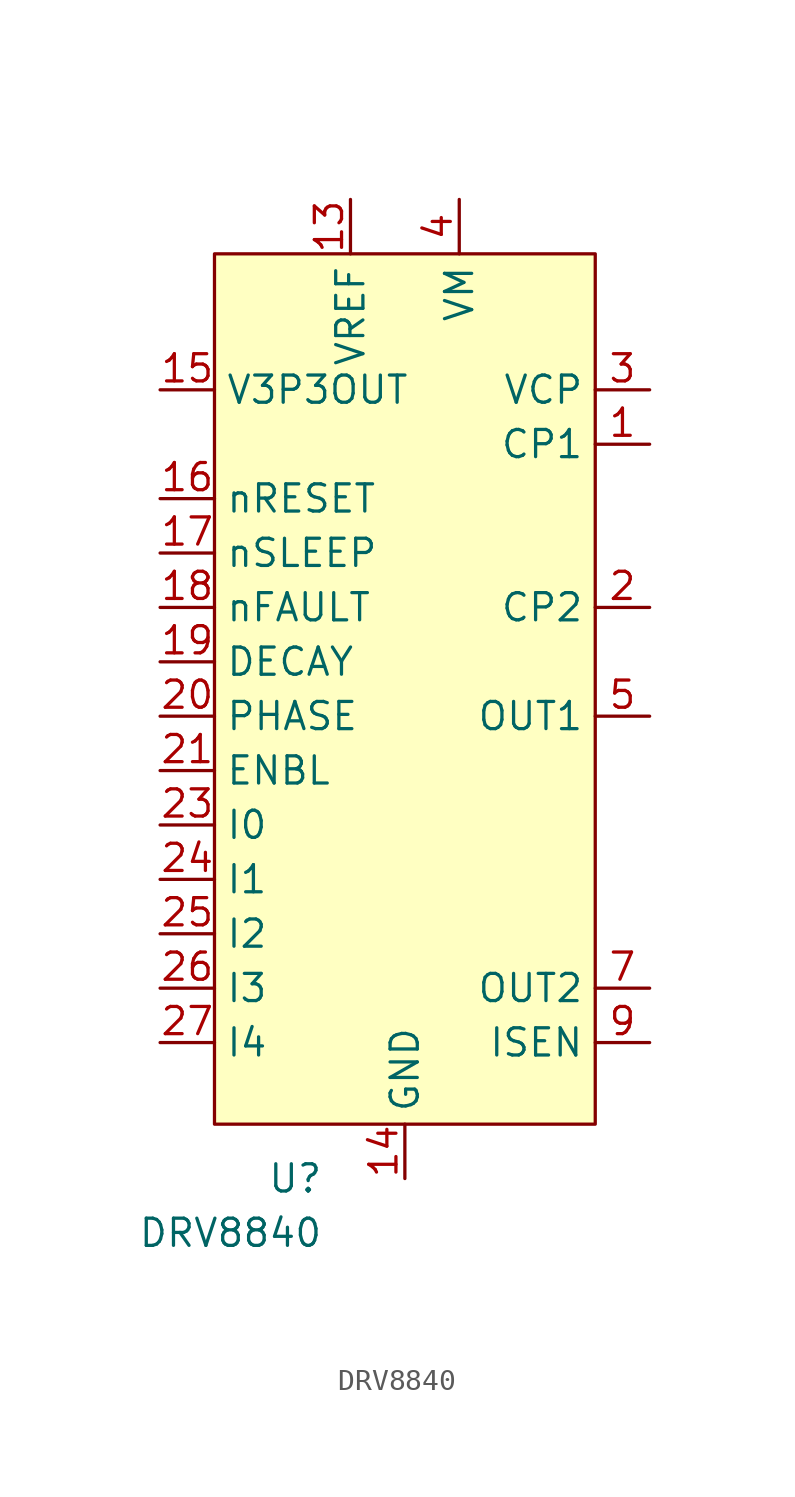
<source format=kicad_sym>
(kicad_symbol_lib
  (version 20211014)
  (generator kicad_symbol_editor)
  (symbol "DRV8840"
    (property "Reference" "U"
      (at -3.81 -22.86 0)
      (effects (font (size 1.27 1.27)) (justify right)))
    (property "Value" "DRV8840"
      (at -3.81 -25.4 0)
      (effects (font (size 1.27 1.27)) (justify right)))
    (symbol "DRV8840_0_0"
      (pin bidirectional line (at 11.43 11.43 180) (length 2.54) (name "CP1" (effects (font (size 1.27 1.27)))) (number "1" (effects (font (size 1.27 1.27)))))
      (pin power_out line (at 11.43 -1.27 180) (length 2.54) hide (name "OUT1" (effects (font (size 1.27 1.27)))) (number "10" (effects (font (size 1.27 1.27)))))
      (pin power_in line (at 2.54 22.86 270) (length 2.54) hide (name "VM" (effects (font (size 1.27 1.27)))) (number "11" (effects (font (size 1.27 1.27)))))
      (pin power_in line (at -2.54 22.86 270) (length 2.54) hide (name "VREF" (effects (font (size 1.27 1.27)))) (number "12" (effects (font (size 1.27 1.27)))))
      (pin power_in line (at -2.54 22.86 270) (length 2.54) (name "VREF" (effects (font (size 1.27 1.27)))) (number "13" (effects (font (size 1.27 1.27)))))
      (pin power_in line (at 0 -22.86 90) (length 2.54) (name "GND" (effects (font (size 1.27 1.27)))) (number "14" (effects (font (size 1.27 1.27)))))
      (pin power_out line (at -11.43 13.97 0) (length 2.54) (name "V3P3OUT" (effects (font (size 1.27 1.27)))) (number "15" (effects (font (size 1.27 1.27)))))
      (pin input line (at -11.43 8.89 0) (length 2.54) (name "nRESET" (effects (font (size 1.27 1.27)))) (number "16" (effects (font (size 1.27 1.27)))))
      (pin input line (at -11.43 6.35 0) (length 2.54) (name "nSLEEP" (effects (font (size 1.27 1.27)))) (number "17" (effects (font (size 1.27 1.27)))))
      (pin output line (at -11.43 3.81 0) (length 2.54) (name "nFAULT" (effects (font (size 1.27 1.27)))) (number "18" (effects (font (size 1.27 1.27)))))
      (pin input line (at -11.43 1.27 0) (length 2.54) (name "DECAY" (effects (font (size 1.27 1.27)))) (number "19" (effects (font (size 1.27 1.27)))))
      (pin bidirectional line (at 11.43 3.81 180) (length 2.54) (name "CP2" (effects (font (size 1.27 1.27)))) (number "2" (effects (font (size 1.27 1.27)))))
      (pin input line (at -11.43 -1.27 0) (length 2.54) (name "PHASE" (effects (font (size 1.27 1.27)))) (number "20" (effects (font (size 1.27 1.27)))))
      (pin input line (at -11.43 -3.81 0) (length 2.54) (name "ENBL" (effects (font (size 1.27 1.27)))) (number "21" (effects (font (size 1.27 1.27)))))
      (pin no_connect line (at -6.35 11.43 180) (length 2.54) hide (name "NC" (effects (font (size 1.27 1.27)))) (number "22" (effects (font (size 1.27 1.27)))))
      (pin power_in line (at -11.43 -6.35 0) (length 2.54) (name "I0" (effects (font (size 1.27 1.27)))) (number "23" (effects (font (size 1.27 1.27)))))
      (pin power_in line (at -11.43 -8.89 0) (length 2.54) (name "I1" (effects (font (size 1.27 1.27)))) (number "24" (effects (font (size 1.27 1.27)))))
      (pin power_in line (at -11.43 -11.43 0) (length 2.54) (name "I2" (effects (font (size 1.27 1.27)))) (number "25" (effects (font (size 1.27 1.27)))))
      (pin power_in line (at -11.43 -13.97 0) (length 2.54) (name "I3" (effects (font (size 1.27 1.27)))) (number "26" (effects (font (size 1.27 1.27)))))
      (pin power_in line (at -11.43 -16.51 0) (length 2.54) (name "I4" (effects (font (size 1.27 1.27)))) (number "27" (effects (font (size 1.27 1.27)))))
      (pin power_in line (at 0 -22.86 90) (length 2.54) hide (name "GND" (effects (font (size 1.27 1.27)))) (number "28" (effects (font (size 1.27 1.27)))))
      (pin bidirectional line (at 11.43 13.97 180) (length 2.54) (name "VCP" (effects (font (size 1.27 1.27)))) (number "3" (effects (font (size 1.27 1.27)))))
      (pin power_in line (at 2.54 22.86 270) (length 2.54) (name "VM" (effects (font (size 1.27 1.27)))) (number "4" (effects (font (size 1.27 1.27)))))
      (pin output line (at 11.43 -1.27 180) (length 2.54) (name "OUT1" (effects (font (size 1.27 1.27)))) (number "5" (effects (font (size 1.27 1.27)))))
      (pin bidirectional line (at 11.43 -16.51 180) (length 2.54) hide (name "ISEN" (effects (font (size 1.27 1.27)))) (number "6" (effects (font (size 1.27 1.27)))))
      (pin power_out line (at 11.43 -13.97 180) (length 2.54) (name "OUT2" (effects (font (size 1.27 1.27)))) (number "7" (effects (font (size 1.27 1.27)))))
      (pin power_out line (at 11.43 -13.97 180) (length 2.54) hide (name "OUT2" (effects (font (size 1.27 1.27)))) (number "8" (effects (font (size 1.27 1.27)))))
      (pin bidirectional line (at 11.43 -16.51 180) (length 2.54) (name "ISEN" (effects (font (size 1.27 1.27)))) (number "9" (effects (font (size 1.27 1.27))))))
    (symbol "DRV8840_0_1"
      (rectangle (start -8.89 20.32) (end 8.89 -20.32) (stroke (width 0) (type default) (color 0 0 0 0)) (fill (type background))))))
</source>
